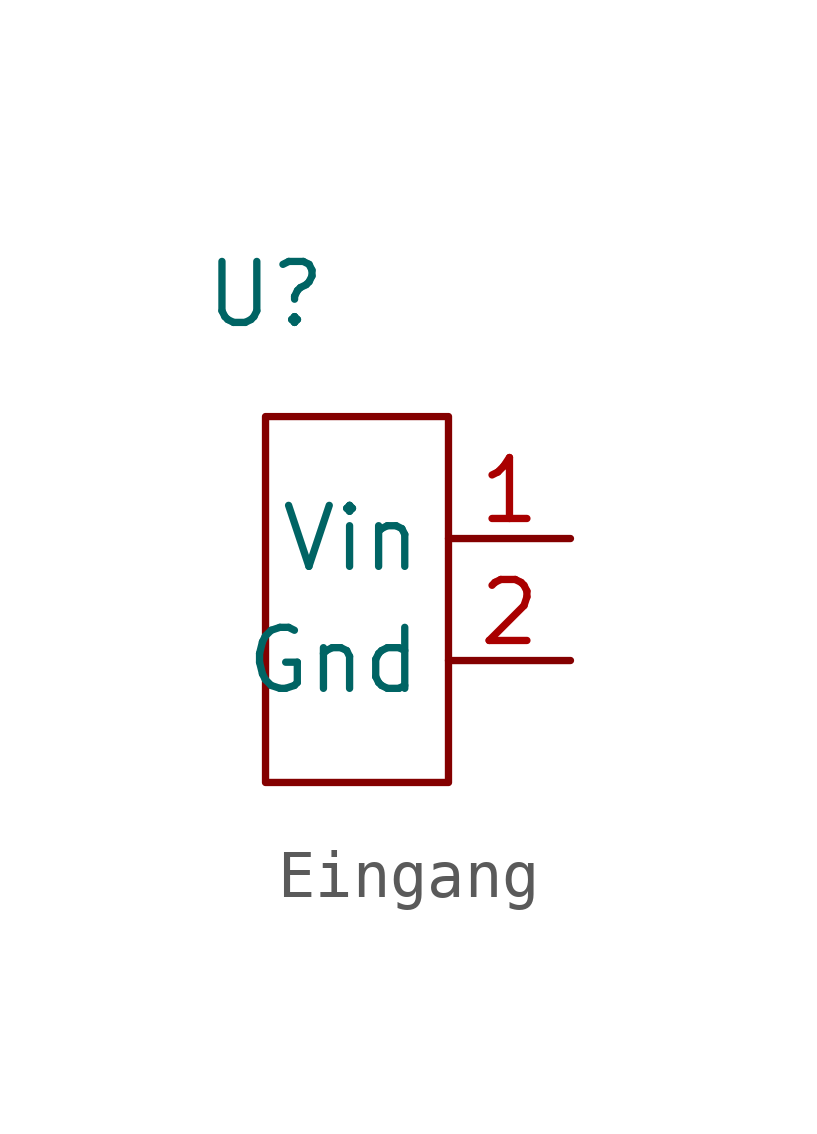
<source format=kicad_sym>
(kicad_symbol_lib
  (version 20220914)
  (generator kicad_symbol_editor)
  (symbol "Eingang"
    (property "Reference" "U"
      (at 0 0 0)
      (effects (font (size 1.27 1.27))))
    (property "Value" ""
      (at 0 0 0)
      (effects (font (size 1.27 1.27))))
    (symbol "Eingang_0_1"
      (rectangle (start 0 -2.54) (end 3.81 -10.16) (stroke (width 0) (type default)) (fill (type none))))
    (symbol "Eingang_1_1"
      (pin input line (at 6.35 -5.08 180) (length 2.54) (name "Vin" (effects (font (size 1.27 1.27)))) (number "1" (effects (font (size 1.27 1.27)))))
      (pin input line (at 6.35 -7.62 180) (length 2.54) (name "Gnd" (effects (font (size 1.27 1.27)))) (number "2" (effects (font (size 1.27 1.27))))))))
</source>
